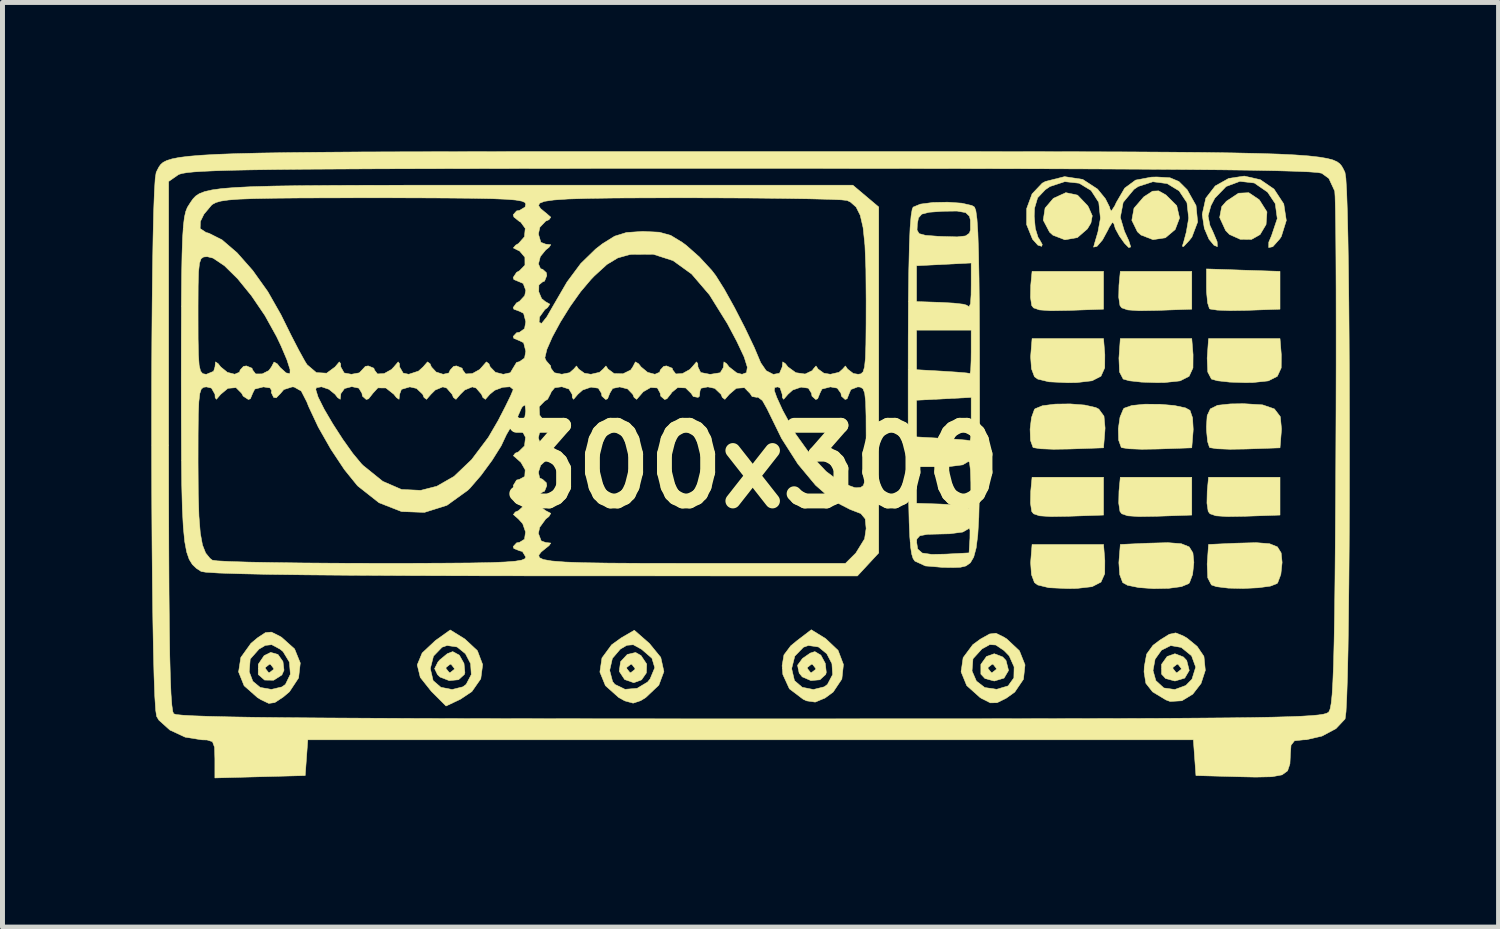
<source format=kicad_pcb>
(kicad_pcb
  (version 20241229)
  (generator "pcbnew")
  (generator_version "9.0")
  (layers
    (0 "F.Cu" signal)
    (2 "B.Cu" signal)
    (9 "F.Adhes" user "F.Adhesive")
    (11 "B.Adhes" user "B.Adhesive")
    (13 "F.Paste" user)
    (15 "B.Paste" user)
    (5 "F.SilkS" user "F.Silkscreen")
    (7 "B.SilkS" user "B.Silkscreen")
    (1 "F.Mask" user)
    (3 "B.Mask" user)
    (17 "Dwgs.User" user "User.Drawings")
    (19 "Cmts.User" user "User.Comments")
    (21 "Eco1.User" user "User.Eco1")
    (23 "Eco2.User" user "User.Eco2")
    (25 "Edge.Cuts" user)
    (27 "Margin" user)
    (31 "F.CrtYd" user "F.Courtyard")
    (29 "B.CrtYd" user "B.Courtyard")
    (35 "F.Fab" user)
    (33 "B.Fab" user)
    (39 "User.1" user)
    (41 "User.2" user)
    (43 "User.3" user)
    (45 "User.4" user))
  (footprint "300x300"
    (layer "F.Cu")
    (at 12.117 6.355)
    (property "Reference" "300x300" (at 0 0 0) (layer "F.SilkS") (effects (font (size 1.524 1.524) (thickness 0.3))))
    (attr through_hole)
    (fp_poly (pts (xy 7.07 -3.175) (xy 6.37 -3.15) (xy 6.006 -3.144) (xy 5.78 -3.16) (xy 5.66 -3.201) (xy 5.623 -3.248) (xy 5.598 -3.414) (xy 5.603 -3.647) (xy 5.603 -3.654) (xy 5.63 -3.937) (xy 7.07 -3.937) (xy 7.07 -3.175)) (stroke (width 0.01) (type solid)) (fill yes) (layer "F.SilkS"))
    (fp_poly (pts (xy 7.07 0.974) (xy 6.37 0.998) (xy 6.006 1.004) (xy 5.78 0.989) (xy 5.66 0.948) (xy 5.623 0.901) (xy 5.598 0.734) (xy 5.603 0.502) (xy 5.603 0.495) (xy 5.63 0.212) (xy 7.07 0.212) (xy 7.07 0.974)) (stroke (width 0.01) (type solid)) (fill yes) (layer "F.SilkS"))
    (fp_poly (pts (xy 8.848 -3.175) (xy 8.148 -3.15) (xy 7.784 -3.144) (xy 7.558 -3.16) (xy 7.438 -3.201) (xy 7.401 -3.248) (xy 7.376 -3.414) (xy 7.381 -3.647) (xy 7.381 -3.654) (xy 7.408 -3.937) (xy 8.848 -3.937) (xy 8.848 -3.175)) (stroke (width 0.01) (type solid)) (fill yes) (layer "F.SilkS"))
    (fp_poly (pts (xy 8.848 0.974) (xy 8.148 0.998) (xy 7.784 1.004) (xy 7.558 0.989) (xy 7.438 0.948) (xy 7.401 0.901) (xy 7.376 0.734) (xy 7.381 0.502) (xy 7.381 0.495) (xy 7.408 0.212) (xy 8.848 0.212) (xy 8.848 0.974)) (stroke (width 0.01) (type solid)) (fill yes) (layer "F.SilkS"))
    (fp_poly (pts (xy 10.626 0.974) (xy 9.926 0.998) (xy 9.562 1.004) (xy 9.336 0.989) (xy 9.216 0.948) (xy 9.179 0.901) (xy 9.154 0.734) (xy 9.159 0.502) (xy 9.159 0.495) (xy 9.186 0.212) (xy 10.626 0.212) (xy 10.626 0.974)) (stroke (width 0.01) (type solid)) (fill yes) (layer "F.SilkS"))
    (fp_poly (pts (xy 9.885 -3.961) (xy 10.626 -3.937) (xy 10.626 -3.175) (xy 9.944 -3.151) (xy 9.619 -3.146) (xy 9.362 -3.156) (xy 9.217 -3.178) (xy 9.204 -3.186) (xy 9.167 -3.301) (xy 9.146 -3.518) (xy 9.144 -3.616) (xy 9.144 -3.986) (xy 9.885 -3.961)) (stroke (width 0.01) (type solid)) (fill yes) (layer "F.SilkS"))
    (fp_poly (pts (xy 6.546 -5.473) (xy 6.748 -5.262) (xy 6.768 -5.229) (xy 6.843 -5.057) (xy 6.816 -4.912) (xy 6.745 -4.793) (xy 6.544 -4.618) (xy 6.292 -4.573) (xy 6.051 -4.665) (xy 5.982 -4.727) (xy 5.855 -4.969) (xy 5.892 -5.212) (xy 6.059 -5.408) (xy 6.31 -5.523) (xy 6.546 -5.473)) (stroke (width 0.01) (type solid)) (fill yes) (layer "F.SilkS"))
    (fp_poly (pts (xy 7.096 -2.259) (xy 7.094 -1.993) (xy 7.018 -1.824) (xy 6.839 -1.732) (xy 6.532 -1.696) (xy 6.35 -1.693) (xy 5.971 -1.711) (xy 5.744 -1.766) (xy 5.678 -1.814) (xy 5.618 -1.974) (xy 5.601 -2.212) (xy 5.604 -2.259) (xy 5.63 -2.582) (xy 7.07 -2.582) (xy 7.096 -2.259)) (stroke (width 0.01) (type solid)) (fill yes) (layer "F.SilkS"))
    (fp_poly (pts (xy 7.096 1.89) (xy 7.094 2.156) (xy 7.018 2.325) (xy 6.839 2.417) (xy 6.532 2.452) (xy 6.35 2.455) (xy 5.971 2.438) (xy 5.744 2.383) (xy 5.678 2.334) (xy 5.618 2.174) (xy 5.601 1.936) (xy 5.604 1.89) (xy 5.63 1.566) (xy 7.07 1.566) (xy 7.096 1.89)) (stroke (width 0.01) (type solid)) (fill yes) (layer "F.SilkS"))
    (fp_poly (pts (xy 8.328 -5.476) (xy 8.545 -5.26) (xy 8.602 -5.012) (xy 8.514 -4.78) (xy 8.317 -4.614) (xy 8.067 -4.576) (xy 7.825 -4.669) (xy 7.753 -4.734) (xy 7.64 -4.966) (xy 7.684 -5.21) (xy 7.879 -5.436) (xy 7.89 -5.444) (xy 8.058 -5.553) (xy 8.18 -5.559) (xy 8.328 -5.476)) (stroke (width 0.01) (type solid)) (fill yes) (layer "F.SilkS"))
    (fp_poly (pts (xy 8.874 -2.259) (xy 8.872 -1.991) (xy 8.794 -1.822) (xy 8.613 -1.73) (xy 8.302 -1.697) (xy 8.139 -1.695) (xy 7.834 -1.705) (xy 7.589 -1.732) (xy 7.466 -1.767) (xy 7.392 -1.909) (xy 7.38 -2.192) (xy 7.382 -2.21) (xy 7.408 -2.582) (xy 8.848 -2.582) (xy 8.874 -2.259)) (stroke (width 0.01) (type solid)) (fill yes) (layer "F.SilkS"))
    (fp_poly (pts (xy 10.202 -5.384) (xy 10.212 -5.374) (xy 10.363 -5.135) (xy 10.345 -4.881) (xy 10.224 -4.678) (xy 10.052 -4.581) (xy 9.822 -4.584) (xy 9.609 -4.679) (xy 9.53 -4.76) (xy 9.41 -5.022) (xy 9.451 -5.241) (xy 9.546 -5.35) (xy 9.79 -5.512) (xy 9.997 -5.522) (xy 10.202 -5.384)) (stroke (width 0.01) (type solid)) (fill yes) (layer "F.SilkS"))
    (fp_poly (pts (xy 10.652 -2.259) (xy 10.65 -1.991) (xy 10.572 -1.822) (xy 10.391 -1.73) (xy 10.08 -1.697) (xy 9.917 -1.695) (xy 9.612 -1.705) (xy 9.367 -1.732) (xy 9.244 -1.767) (xy 9.17 -1.909) (xy 9.158 -2.192) (xy 9.16 -2.21) (xy 9.186 -2.582) (xy 10.626 -2.582) (xy 10.652 -2.259)) (stroke (width 0.01) (type solid)) (fill yes) (layer "F.SilkS"))
    (fp_poly (pts (xy 10.275 -1.247) (xy 10.513 -1.165) (xy 10.632 -1.009) (xy 10.656 -0.761) (xy 10.653 -0.716) (xy 10.626 -0.381) (xy 9.944 -0.357) (xy 9.619 -0.352) (xy 9.362 -0.362) (xy 9.217 -0.384) (xy 9.204 -0.392) (xy 9.167 -0.507) (xy 9.146 -0.724) (xy 9.144 -0.809) (xy 9.158 -1.029) (xy 9.222 -1.166) (xy 9.367 -1.238) (xy 9.627 -1.266) (xy 9.897 -1.27) (xy 10.275 -1.247)) (stroke (width 0.01) (type solid)) (fill yes) (layer "F.SilkS"))
    (fp_poly (pts (xy 6.692 -1.243) (xy 6.915 -1.192) (xy 6.975 -1.161) (xy 7.079 -1.019) (xy 7.101 -0.779) (xy 7.097 -0.716) (xy 7.07 -0.381) (xy 6.388 -0.357) (xy 6.063 -0.352) (xy 5.806 -0.362) (xy 5.661 -0.384) (xy 5.648 -0.392) (xy 5.598 -0.531) (xy 5.59 -0.757) (xy 5.618 -0.99) (xy 5.677 -1.154) (xy 5.69 -1.168) (xy 5.838 -1.229) (xy 6.095 -1.262) (xy 6.399 -1.266) (xy 6.692 -1.243)) (stroke (width 0.01) (type solid)) (fill yes) (layer "F.SilkS"))
    (fp_poly (pts (xy 8.202 -1.259) (xy 8.495 -1.234) (xy 8.721 -1.186) (xy 8.812 -1.136) (xy 8.864 -0.985) (xy 8.877 -0.753) (xy 8.874 -0.704) (xy 8.848 -0.381) (xy 8.166 -0.357) (xy 7.841 -0.352) (xy 7.584 -0.362) (xy 7.439 -0.384) (xy 7.426 -0.392) (xy 7.374 -0.536) (xy 7.368 -0.765) (xy 7.402 -0.999) (xy 7.47 -1.163) (xy 7.486 -1.18) (xy 7.64 -1.234) (xy 7.898 -1.26) (xy 8.202 -1.259)) (stroke (width 0.01) (type solid)) (fill yes) (layer "F.SilkS"))
    (fp_poly (pts (xy 8.637 1.551) (xy 8.796 1.615) (xy 8.871 1.736) (xy 8.89 1.923) (xy 8.89 1.932) (xy 8.865 2.169) (xy 8.802 2.337) (xy 8.788 2.354) (xy 8.639 2.416) (xy 8.383 2.45) (xy 8.078 2.456) (xy 7.782 2.435) (xy 7.552 2.388) (xy 7.456 2.334) (xy 7.396 2.174) (xy 7.379 1.936) (xy 7.382 1.89) (xy 7.408 1.566) (xy 7.956 1.541) (xy 8.367 1.53) (xy 8.637 1.551)) (stroke (width 0.01) (type solid)) (fill yes) (layer "F.SilkS"))
    (fp_poly (pts (xy 10.415 1.551) (xy 10.574 1.615) (xy 10.649 1.736) (xy 10.668 1.923) (xy 10.668 1.932) (xy 10.643 2.169) (xy 10.58 2.337) (xy 10.566 2.354) (xy 10.431 2.406) (xy 10.184 2.439) (xy 9.883 2.453) (xy 9.585 2.446) (xy 9.347 2.417) (xy 9.244 2.382) (xy 9.17 2.239) (xy 9.158 1.957) (xy 9.16 1.939) (xy 9.186 1.566) (xy 9.734 1.541) (xy 10.145 1.53) (xy 10.415 1.551)) (stroke (width 0.01) (type solid)) (fill yes) (layer "F.SilkS"))
    (fp_poly (pts (xy -2.251 3.804) (xy -2.136 3.976) (xy -2.142 4.154) (xy -2.239 4.294) (xy -2.396 4.352) (xy -2.58 4.288) (xy -2.689 4.122) (xy -2.681 4.064) (xy -2.54 4.064) (xy -2.476 4.146) (xy -2.455 4.149) (xy -2.373 4.084) (xy -2.371 4.064) (xy -2.435 3.982) (xy -2.455 3.979) (xy -2.538 4.044) (xy -2.54 4.064) (xy -2.681 4.064) (xy -2.662 3.928) (xy -2.526 3.782) (xy -2.359 3.743) (xy -2.251 3.804)) (stroke (width 0.01) (type solid)) (fill yes) (layer "F.SilkS"))
    (fp_poly (pts (xy 5.038 3.833) (xy 5.105 3.904) (xy 5.156 4.105) (xy 5.065 4.259) (xy 4.868 4.318) (xy 4.681 4.268) (xy 4.598 4.179) (xy 4.598 4.064) (xy 4.741 4.064) (xy 4.806 4.146) (xy 4.826 4.149) (xy 4.908 4.084) (xy 4.911 4.064) (xy 4.846 3.982) (xy 4.826 3.979) (xy 4.744 4.044) (xy 4.741 4.064) (xy 4.598 4.064) (xy 4.598 3.983) (xy 4.712 3.823) (xy 4.868 3.768) (xy 5.038 3.833)) (stroke (width 0.01) (type solid)) (fill yes) (layer "F.SilkS"))
    (fp_poly (pts (xy 8.679 3.833) (xy 8.746 3.904) (xy 8.797 4.105) (xy 8.706 4.259) (xy 8.509 4.318) (xy 8.321 4.268) (xy 8.239 4.179) (xy 8.239 4.064) (xy 8.467 4.064) (xy 8.531 4.146) (xy 8.551 4.149) (xy 8.634 4.084) (xy 8.636 4.064) (xy 8.572 3.982) (xy 8.551 3.979) (xy 8.469 4.044) (xy 8.467 4.064) (xy 8.239 4.064) (xy 8.238 3.983) (xy 8.352 3.823) (xy 8.509 3.768) (xy 8.679 3.833)) (stroke (width 0.01) (type solid)) (fill yes) (layer "F.SilkS"))
    (fp_poly (pts (xy -9.566 3.783) (xy -9.465 3.926) (xy -9.444 4.1) (xy -9.487 4.196) (xy -9.653 4.302) (xy -9.835 4.299) (xy -9.96 4.19) (xy -9.964 4.179) (xy -9.963 4.064) (xy -9.821 4.064) (xy -9.757 4.146) (xy -9.737 4.149) (xy -9.654 4.084) (xy -9.652 4.064) (xy -9.716 3.982) (xy -9.737 3.979) (xy -9.819 4.044) (xy -9.821 4.064) (xy -9.963 4.064) (xy -9.963 3.981) (xy -9.845 3.807) (xy -9.712 3.741) (xy -9.566 3.783)) (stroke (width 0.01) (type solid)) (fill yes) (layer "F.SilkS"))
    (fp_poly (pts (xy 1.374 3.797) (xy 1.463 3.962) (xy 1.483 4.143) (xy 1.472 4.185) (xy 1.355 4.293) (xy 1.173 4.309) (xy 1 4.235) (xy 0.937 4.159) (xy 0.917 4.064) (xy 1.101 4.064) (xy 1.165 4.146) (xy 1.185 4.149) (xy 1.268 4.084) (xy 1.27 4.064) (xy 1.206 3.982) (xy 1.185 3.979) (xy 1.103 4.044) (xy 1.101 4.064) (xy 0.917 4.064) (xy 0.904 4) (xy 1.004 3.863) (xy 1.16 3.755) (xy 1.253 3.725) (xy 1.374 3.797)) (stroke (width 0.01) (type solid)) (fill yes) (layer "F.SilkS"))
    (fp_poly (pts (xy -5.911 3.797) (xy -5.817 3.964) (xy -5.799 4.148) (xy -5.809 4.185) (xy -5.927 4.292) (xy -6.115 4.31) (xy -6.3 4.238) (xy -6.351 4.189) (xy -6.409 4.068) (xy -6.407 4.064) (xy -6.181 4.064) (xy -6.116 4.146) (xy -6.096 4.149) (xy -6.014 4.084) (xy -6.011 4.064) (xy -6.076 3.982) (xy -6.096 3.979) (xy -6.178 4.044) (xy -6.181 4.064) (xy -6.407 4.064) (xy -6.343 3.936) (xy -6.306 3.893) (xy -6.153 3.767) (xy -6.044 3.725) (xy -5.911 3.797)) (stroke (width 0.01) (type solid)) (fill yes) (layer "F.SilkS"))
    (fp_poly (pts (xy -5.799 3.472) (xy -5.547 3.707) (xy -5.441 3.987) (xy -5.479 4.273) (xy -5.658 4.53) (xy -5.888 4.684) (xy -6.179 4.822) (xy -6.476 4.525) (xy -6.698 4.245) (xy -6.741 4.067) (xy -6.496 4.067) (xy -6.439 4.31) (xy -6.283 4.444) (xy -6.057 4.489) (xy -5.84 4.435) (xy -5.774 4.386) (xy -5.67 4.188) (xy -5.684 3.968) (xy -5.788 3.768) (xy -5.956 3.632) (xy -6.158 3.602) (xy -6.259 3.637) (xy -6.432 3.816) (xy -6.496 4.067) (xy -6.741 4.067) (xy -6.76 3.994) (xy -6.66 3.753) (xy -6.395 3.504) (xy -6.349 3.471) (xy -6.094 3.289) (xy -5.799 3.472)) (stroke (width 0.01) (type solid)) (fill yes) (layer "F.SilkS"))
    (fp_poly (pts (xy -2.081 3.561) (xy -1.852 3.842) (xy -1.789 4.127) (xy -1.891 4.401) (xy -2.154 4.65) (xy -2.257 4.714) (xy -2.409 4.764) (xy -2.577 4.718) (xy -2.7 4.65) (xy -2.967 4.412) (xy -3.079 4.137) (xy -3.074 4.103) (xy -2.882 4.103) (xy -2.823 4.328) (xy -2.777 4.386) (xy -2.572 4.485) (xy -2.329 4.465) (xy -2.117 4.338) (xy -2.067 4.276) (xy -1.973 4.05) (xy -2.03 3.859) (xy -2.239 3.678) (xy -2.406 3.587) (xy -2.536 3.598) (xy -2.667 3.675) (xy -2.827 3.862) (xy -2.882 4.103) (xy -3.074 4.103) (xy -3.037 3.853) (xy -2.843 3.589) (xy -2.653 3.451) (xy -2.385 3.295) (xy -2.081 3.561)) (stroke (width 0.01) (type solid)) (fill yes) (layer "F.SilkS"))
    (fp_poly (pts (xy 1.471 3.464) (xy 1.721 3.701) (xy 1.829 3.985) (xy 1.797 4.278) (xy 1.623 4.539) (xy 1.459 4.66) (xy 1.26 4.743) (xy 1.088 4.718) (xy 1.017 4.685) (xy 0.74 4.475) (xy 0.608 4.187) (xy 0.598 4.067) (xy 0.785 4.067) (xy 0.842 4.31) (xy 0.998 4.444) (xy 1.224 4.489) (xy 1.442 4.435) (xy 1.507 4.386) (xy 1.611 4.188) (xy 1.597 3.968) (xy 1.493 3.768) (xy 1.326 3.632) (xy 1.123 3.602) (xy 1.023 3.637) (xy 0.849 3.816) (xy 0.785 4.067) (xy 0.598 4.067) (xy 0.593 4.01) (xy 0.63 3.792) (xy 0.767 3.609) (xy 0.887 3.51) (xy 1.181 3.285) (xy 1.471 3.464)) (stroke (width 0.01) (type solid)) (fill yes) (layer "F.SilkS"))
    (fp_poly (pts (xy 10.229 -5.784) (xy 10.505 -5.595) (xy 10.702 -5.295) (xy 10.753 -4.962) (xy 10.653 -4.641) (xy 10.621 -4.591) (xy 10.481 -4.434) (xy 10.398 -4.416) (xy 10.4 -4.526) (xy 10.454 -4.652) (xy 10.571 -5) (xy 10.53 -5.302) (xy 10.376 -5.533) (xy 10.109 -5.717) (xy 9.818 -5.751) (xy 9.54 -5.647) (xy 9.312 -5.411) (xy 9.234 -5.261) (xy 9.176 -5.054) (xy 9.214 -4.863) (xy 9.271 -4.742) (xy 9.359 -4.534) (xy 9.364 -4.435) (xy 9.296 -4.463) (xy 9.195 -4.585) (xy 9.101 -4.804) (xy 9.06 -5.072) (xy 9.059 -5.087) (xy 9.131 -5.412) (xy 9.321 -5.658) (xy 9.592 -5.81) (xy 9.907 -5.857) (xy 10.229 -5.784)) (stroke (width 0.01) (type solid)) (fill yes) (layer "F.SilkS"))
    (fp_poly (pts (xy -9.532 3.414) (xy -9.494 3.436) (xy -9.231 3.671) (xy -9.116 3.955) (xy -9.15 4.255) (xy -9.334 4.534) (xy -9.462 4.642) (xy -9.63 4.752) (xy -9.751 4.769) (xy -9.905 4.696) (xy -9.978 4.652) (xy -10.248 4.413) (xy -10.359 4.136) (xy -10.359 4.132) (xy -10.145 4.132) (xy -10.072 4.324) (xy -9.923 4.447) (xy -9.701 4.487) (xy -9.486 4.437) (xy -9.415 4.386) (xy -9.316 4.181) (xy -9.335 3.937) (xy -9.463 3.725) (xy -9.525 3.675) (xy -9.691 3.586) (xy -9.821 3.6) (xy -9.948 3.675) (xy -10.125 3.875) (xy -10.145 4.132) (xy -10.359 4.132) (xy -10.314 3.843) (xy -10.11 3.559) (xy -9.978 3.448) (xy -9.819 3.343) (xy -9.698 3.332) (xy -9.532 3.414)) (stroke (width 0.01) (type solid)) (fill yes) (layer "F.SilkS"))
    (fp_poly (pts (xy 5.053 3.429) (xy 5.119 3.469) (xy 5.375 3.709) (xy 5.488 3.993) (xy 5.456 4.283) (xy 5.28 4.542) (xy 5.111 4.663) (xy 4.925 4.755) (xy 4.789 4.758) (xy 4.615 4.671) (xy 4.58 4.649) (xy 4.313 4.41) (xy 4.2 4.133) (xy 4.202 4.116) (xy 4.42 4.116) (xy 4.508 4.319) (xy 4.676 4.449) (xy 4.915 4.485) (xy 5.145 4.417) (xy 5.147 4.416) (xy 5.263 4.255) (xy 5.268 4.033) (xy 5.169 3.811) (xy 5.064 3.703) (xy 4.898 3.592) (xy 4.777 3.584) (xy 4.619 3.672) (xy 4.439 3.87) (xy 4.42 4.116) (xy 4.202 4.116) (xy 4.241 3.847) (xy 4.436 3.585) (xy 4.588 3.474) (xy 4.774 3.37) (xy 4.902 3.355) (xy 5.053 3.429)) (stroke (width 0.01) (type solid)) (fill yes) (layer "F.SilkS"))
    (fp_poly (pts (xy 8.668 3.405) (xy 8.754 3.454) (xy 8.957 3.621) (xy 9.09 3.817) (xy 9.094 3.828) (xy 9.121 4.103) (xy 9.035 4.367) (xy 8.868 4.583) (xy 8.649 4.716) (xy 8.412 4.73) (xy 8.328 4.699) (xy 8.059 4.537) (xy 7.923 4.364) (xy 7.886 4.132) (xy 7.888 4.106) (xy 8.067 4.106) (xy 8.124 4.31) (xy 8.285 4.458) (xy 8.506 4.489) (xy 8.727 4.408) (xy 8.852 4.281) (xy 8.927 4.038) (xy 8.844 3.81) (xy 8.636 3.641) (xy 8.424 3.604) (xy 8.238 3.696) (xy 8.109 3.877) (xy 8.067 4.106) (xy 7.888 4.106) (xy 7.891 4.032) (xy 7.938 3.776) (xy 8.066 3.599) (xy 8.204 3.495) (xy 8.395 3.376) (xy 8.524 3.348) (xy 8.668 3.405)) (stroke (width 0.01) (type solid)) (fill yes) (layer "F.SilkS"))
    (fp_poly (pts (xy 6.65 -5.79) (xy 6.949 -5.595) (xy 7.107 -5.401) (xy 7.194 -5.228) (xy 7.2 -5.192) (xy 7.227 -5.151) (xy 7.297 -5.258) (xy 7.328 -5.326) (xy 7.497 -5.615) (xy 7.716 -5.776) (xy 8.035 -5.836) (xy 8.142 -5.839) (xy 8.409 -5.823) (xy 8.588 -5.748) (xy 8.755 -5.582) (xy 8.934 -5.263) (xy 8.966 -4.932) (xy 8.851 -4.628) (xy 8.798 -4.56) (xy 8.684 -4.438) (xy 8.657 -4.443) (xy 8.685 -4.53) (xy 8.738 -4.729) (xy 8.782 -4.987) (xy 8.785 -5.013) (xy 8.751 -5.321) (xy 8.593 -5.559) (xy 8.351 -5.706) (xy 8.064 -5.743) (xy 7.77 -5.648) (xy 7.683 -5.589) (xy 7.466 -5.328) (xy 7.408 -5.025) (xy 7.491 -4.745) (xy 7.579 -4.554) (xy 7.617 -4.432) (xy 7.617 -4.428) (xy 7.578 -4.416) (xy 7.491 -4.505) (xy 7.39 -4.648) (xy 7.308 -4.798) (xy 7.278 -4.899) (xy 7.249 -4.926) (xy 7.18 -4.818) (xy 7.159 -4.773) (xy 7.05 -4.571) (xy 6.942 -4.445) (xy 6.937 -4.441) (xy 6.869 -4.425) (xy 6.899 -4.534) (xy 6.9 -4.537) (xy 6.957 -4.731) (xy 7.004 -4.986) (xy 7.007 -5.012) (xy 6.974 -5.327) (xy 6.819 -5.567) (xy 6.578 -5.713) (xy 6.289 -5.745) (xy 5.989 -5.646) (xy 5.896 -5.582) (xy 5.742 -5.42) (xy 5.68 -5.211) (xy 5.673 -5.048) (xy 5.695 -4.801) (xy 5.751 -4.621) (xy 5.773 -4.59) (xy 5.835 -4.48) (xy 5.824 -4.441) (xy 5.747 -4.465) (xy 5.639 -4.585) (xy 5.52 -4.879) (xy 5.521 -5.202) (xy 5.63 -5.498) (xy 5.835 -5.714) (xy 5.898 -5.748) (xy 6.285 -5.846) (xy 6.65 -5.79)) (stroke (width 0.01) (type solid)) (fill yes) (layer "F.SilkS"))
    (fp_poly (pts (xy 4.212 -5.311) (xy 4.417 -5.264) (xy 4.47 -5.232) (xy 4.497 -5.159) (xy 4.52 -4.99) (xy 4.538 -4.715) (xy 4.551 -4.322) (xy 4.561 -3.801) (xy 4.568 -3.141) (xy 4.571 -2.33) (xy 4.572 -1.665) (xy 4.573 -0.777) (xy 4.572 -0.044) (xy 4.568 0.55) (xy 4.557 1.018) (xy 4.536 1.376) (xy 4.503 1.638) (xy 4.454 1.82) (xy 4.387 1.935) (xy 4.298 1.999) (xy 4.185 2.026) (xy 4.045 2.031) (xy 3.874 2.029) (xy 3.837 2.029) (xy 3.48 1.999) (xy 3.269 1.902) (xy 3.266 1.899) (xy 3.232 1.849) (xy 3.205 1.762) (xy 3.183 1.623) (xy 3.174 1.51) (xy 3.302 1.51) (xy 3.325 1.658) (xy 3.416 1.739) (xy 3.61 1.767) (xy 3.891 1.761) (xy 4.36 1.736) (xy 4.378 1.439) (xy 4.379 1.274) (xy 4.359 1.234) (xy 4.35 1.249) (xy 4.234 1.316) (xy 3.97 1.351) (xy 3.803 1.355) (xy 3.52 1.362) (xy 3.368 1.391) (xy 3.309 1.455) (xy 3.302 1.51) (xy 3.174 1.51) (xy 3.166 1.416) (xy 3.153 1.126) (xy 3.144 0.737) (xy 3.138 0.234) (xy 3.137 0) (xy 3.302 0) (xy 3.302 0.736) (xy 3.784 0.752) (xy 4.053 0.767) (xy 4.245 0.789) (xy 4.307 0.807) (xy 4.357 0.838) (xy 4.385 0.786) (xy 4.397 0.621) (xy 4.396 0.318) (xy 4.387 0.063) (xy 4.369 -0.089) (xy 4.347 -0.106) (xy 4.232 -0.038) (xy 3.968 -0.004) (xy 3.803 0) (xy 3.302 0) (xy 3.137 0) (xy 3.134 -0.399) (xy 3.133 -1.178) (xy 3.133 -1.34) (xy 3.302 -1.34) (xy 3.302 -0.601) (xy 3.831 -0.571) (xy 4.109 -0.553) (xy 4.309 -0.536) (xy 4.381 -0.524) (xy 4.393 -0.591) (xy 4.401 -0.78) (xy 4.403 -0.953) (xy 4.403 -1.397) (xy 3.302 -1.34) (xy 3.133 -1.34) (xy 3.133 -1.682) (xy 3.134 -2.603) (xy 3.135 -2.752) (xy 3.302 -2.752) (xy 3.302 -1.955) (xy 3.831 -1.925) (xy 4.109 -1.907) (xy 4.309 -1.89) (xy 4.381 -1.879) (xy 4.393 -1.946) (xy 4.401 -2.135) (xy 4.403 -2.307) (xy 4.403 -2.752) (xy 3.302 -2.752) (xy 3.135 -2.752) (xy 3.138 -3.366) (xy 3.146 -3.981) (xy 3.148 -4.05) (xy 3.302 -4.05) (xy 3.302 -3.328) (xy 3.784 -3.312) (xy 4.053 -3.297) (xy 4.245 -3.275) (xy 4.307 -3.257) (xy 4.36 -3.225) (xy 4.389 -3.285) (xy 4.401 -3.465) (xy 4.403 -3.662) (xy 4.403 -4.106) (xy 3.302 -4.05) (xy 3.148 -4.05) (xy 3.157 -4.461) (xy 3.17 -4.769) (xy 3.312 -4.769) (xy 3.353 -4.698) (xy 3.48 -4.663) (xy 3.729 -4.644) (xy 3.826 -4.64) (xy 4.122 -4.632) (xy 4.289 -4.651) (xy 4.366 -4.705) (xy 4.388 -4.769) (xy 4.387 -4.97) (xy 4.368 -5.048) (xy 4.292 -5.121) (xy 4.117 -5.152) (xy 3.832 -5.148) (xy 3.556 -5.128) (xy 3.407 -5.09) (xy 3.341 -5.014) (xy 3.318 -4.894) (xy 3.312 -4.769) (xy 3.17 -4.769) (xy 3.172 -4.815) (xy 3.192 -5.055) (xy 3.215 -5.192) (xy 3.234 -5.232) (xy 3.38 -5.292) (xy 3.633 -5.325) (xy 3.93 -5.331) (xy 4.212 -5.311)) (stroke (width 0.01) (type solid)) (fill yes) (layer "F.SilkS"))
    (fp_poly (pts (xy 4.42 -6.35) (xy 5.608 -6.349) (xy 6.66 -6.347) (xy 7.585 -6.344) (xy 8.392 -6.339) (xy 9.088 -6.333) (xy 9.682 -6.324) (xy 10.182 -6.313) (xy 10.598 -6.3) (xy 10.937 -6.283) (xy 11.207 -6.263) (xy 11.418 -6.239) (xy 11.577 -6.212) (xy 11.694 -6.181) (xy 11.776 -6.145) (xy 11.831 -6.104) (xy 11.869 -6.058) (xy 11.898 -6.007) (xy 11.926 -5.95) (xy 11.935 -5.931) (xy 11.953 -5.814) (xy 11.969 -5.546) (xy 11.983 -5.143) (xy 11.995 -4.625) (xy 12.005 -4.007) (xy 12.013 -3.309) (xy 12.019 -2.548) (xy 12.023 -1.741) (xy 12.025 -0.906) (xy 12.025 -0.061) (xy 12.024 0.776) (xy 12.02 1.588) (xy 12.014 2.357) (xy 12.006 3.065) (xy 11.997 3.695) (xy 11.985 4.229) (xy 11.971 4.649) (xy 11.956 4.938) (xy 11.938 5.078) (xy 11.935 5.085) (xy 11.753 5.278) (xy 11.471 5.428) (xy 11.156 5.501) (xy 11.096 5.503) (xy 10.918 5.522) (xy 10.848 5.612) (xy 10.836 5.779) (xy 10.826 5.987) (xy 10.779 6.127) (xy 10.667 6.209) (xy 10.462 6.247) (xy 10.135 6.254) (xy 9.814 6.247) (xy 8.932 6.223) (xy 8.906 5.863) (xy 8.88 5.503) (xy -8.965 5.503) (xy -8.991 5.863) (xy -9.017 6.223) (xy -9.927 6.247) (xy -10.837 6.271) (xy -10.837 5.887) (xy -10.844 5.652) (xy -10.886 5.54) (xy -10.994 5.506) (xy -11.1 5.503) (xy -11.436 5.449) (xy -11.744 5.306) (xy -11.965 5.107) (xy -12.011 5.03) (xy -12.03 4.904) (xy -12.048 4.627) (xy -12.063 4.217) (xy -12.076 3.692) (xy -12.087 3.07) (xy -12.096 2.367) (xy -12.103 1.603) (xy -12.108 0.795) (xy -12.111 -0.04) (xy -12.112 -0.884) (xy -12.111 -1.718) (xy -12.107 -2.526) (xy -12.101 -3.288) (xy -12.093 -3.989) (xy -12.083 -4.609) (xy -12.071 -5.131) (xy -12.056 -5.537) (xy -12.043 -5.748) (xy -11.769 -5.748) (xy -11.769 -0.435) (xy -11.768 0.714) (xy -11.765 1.703) (xy -11.761 2.542) (xy -11.754 3.24) (xy -11.746 3.805) (xy -11.734 4.248) (xy -11.721 4.578) (xy -11.704 4.804) (xy -11.685 4.935) (xy -11.667 4.978) (xy -11.614 4.994) (xy -11.482 5.007) (xy -11.266 5.019) (xy -10.957 5.03) (xy -10.55 5.04) (xy -10.037 5.049) (xy -9.414 5.056) (xy -8.672 5.062) (xy -7.805 5.067) (xy -6.807 5.072) (xy -5.671 5.075) (xy -4.391 5.077) (xy -2.959 5.079) (xy -1.37 5.08) (xy -0.036 5.08) (xy 1.599 5.08) (xy 3.074 5.079) (xy 4.395 5.079) (xy 5.573 5.077) (xy 6.614 5.075) (xy 7.528 5.073) (xy 8.323 5.07) (xy 9.007 5.065) (xy 9.589 5.06) (xy 10.077 5.054) (xy 10.479 5.046) (xy 10.804 5.037) (xy 11.06 5.027) (xy 11.255 5.015) (xy 11.398 5.002) (xy 11.498 4.987) (xy 11.562 4.97) (xy 11.598 4.951) (xy 11.61 4.94) (xy 11.635 4.884) (xy 11.657 4.771) (xy 11.676 4.59) (xy 11.691 4.33) (xy 11.705 3.979) (xy 11.716 3.524) (xy 11.726 2.954) (xy 11.734 2.257) (xy 11.741 1.422) (xy 11.748 0.437) (xy 11.751 -0.246) (xy 11.755 -1.162) (xy 11.757 -2.034) (xy 11.757 -2.845) (xy 11.756 -3.579) (xy 11.753 -4.222) (xy 11.749 -4.757) (xy 11.743 -5.168) (xy 11.736 -5.44) (xy 11.729 -5.554) (xy 11.611 -5.809) (xy 11.467 -5.914) (xy 11.386 -5.929) (xy 11.21 -5.942) (xy 10.932 -5.954) (xy 10.547 -5.965) (xy 10.049 -5.975) (xy 9.432 -5.983) (xy 8.69 -5.99) (xy 7.819 -5.996) (xy 6.811 -6.001) (xy 5.661 -6.005) (xy 4.363 -6.008) (xy 2.913 -6.01) (xy 1.303 -6.011) (xy -0.07 -6.011) (xy -1.697 -6.011) (xy -3.163 -6.011) (xy -4.476 -6.01) (xy -5.645 -6.008) (xy -6.679 -6.006) (xy -7.585 -6.003) (xy -8.372 -5.999) (xy -9.049 -5.995) (xy -9.624 -5.989) (xy -10.105 -5.982) (xy -10.5 -5.974) (xy -10.819 -5.964) (xy -11.069 -5.953) (xy -11.26 -5.941) (xy -11.398 -5.927) (xy -11.493 -5.911) (xy -11.553 -5.894) (xy -11.58 -5.88) (xy -11.769 -5.748) (xy -12.043 -5.748) (xy -12.039 -5.81) (xy -12.02 -5.931) (xy -12.02 -5.931) (xy -11.991 -5.99) (xy -11.963 -6.043) (xy -11.929 -6.09) (xy -11.88 -6.133) (xy -11.807 -6.17) (xy -11.702 -6.203) (xy -11.556 -6.232) (xy -11.362 -6.256) (xy -11.111 -6.277) (xy -10.794 -6.295) (xy -10.403 -6.309) (xy -9.929 -6.321) (xy -9.364 -6.33) (xy -8.7 -6.337) (xy -7.928 -6.343) (xy -7.04 -6.346) (xy -6.028 -6.348) (xy -4.882 -6.35) (xy -3.595 -6.35) (xy -2.158 -6.35) (xy -0.562 -6.35) (xy -0.042 -6.35) (xy 1.603 -6.35) (xy 3.088 -6.35) (xy 4.42 -6.35)) (stroke (width 0.01) (type solid)) (fill yes) (layer "F.SilkS"))
    (fp_poly (pts (xy -4.538 -5.673) (xy -4.478 -5.673) (xy 2.019 -5.673) (xy 2.54 -5.234) (xy 2.54 1.737) (xy 2.325 1.969) (xy 2.11 2.201) (xy -4.427 2.199) (xy -5.803 2.197) (xy -7.026 2.193) (xy -8.093 2.187) (xy -9.002 2.179) (xy -9.752 2.169) (xy -10.34 2.156) (xy -10.765 2.142) (xy -11.024 2.125) (xy -11.113 2.11) (xy -11.21 2.047) (xy -11.29 1.971) (xy -11.355 1.866) (xy -11.406 1.717) (xy -11.445 1.507) (xy -11.473 1.221) (xy -11.493 0.843) (xy -11.505 0.356) (xy -11.51 -0.079) (xy -11.176 -0.079) (xy -11.172 0.532) (xy -11.158 0.996) (xy -11.131 1.336) (xy -11.087 1.577) (xy -11.023 1.739) (xy -10.936 1.846) (xy -10.888 1.883) (xy -10.785 1.897) (xy -10.532 1.91) (xy -10.148 1.922) (xy -9.653 1.931) (xy -9.067 1.939) (xy -8.409 1.944) (xy -7.698 1.946) (xy -7.684 1.946) (xy -6.867 1.946) (xy -6.204 1.943) (xy -5.679 1.939) (xy -5.278 1.931) (xy -4.983 1.919) (xy -4.781 1.903) (xy -4.656 1.882) (xy -4.591 1.855) (xy -4.572 1.822) (xy -4.572 1.82) (xy -4.64 1.708) (xy -4.699 1.693) (xy -4.812 1.648) (xy -4.826 1.609) (xy -4.757 1.534) (xy -4.699 1.524) (xy -4.598 1.461) (xy -4.577 1.314) (xy -4.634 1.148) (xy -4.72 1.053) (xy -4.822 0.964) (xy -4.784 0.913) (xy -4.72 0.886) (xy -4.608 0.784) (xy -4.576 0.642) (xy -4.627 0.531) (xy -4.699 0.508) (xy -4.811 0.44) (xy -4.826 0.381) (xy -4.758 0.269) (xy -4.699 0.254) (xy -4.593 0.196) (xy -4.584 0.062) (xy -4.67 -0.088) (xy -4.72 -0.133) (xy -4.822 -0.222) (xy -4.784 -0.273) (xy -4.72 -0.299) (xy -4.598 -0.419) (xy -4.579 -0.581) (xy -4.318 -0.581) (xy -4.254 -0.384) (xy -4.17 -0.291) (xy -4.068 -0.202) (xy -4.106 -0.151) (xy -4.17 -0.124) (xy -4.273 -0.028) (xy -4.318 0.113) (xy -4.292 0.227) (xy -4.233 0.254) (xy -4.158 0.323) (xy -4.149 0.381) (xy -4.194 0.494) (xy -4.233 0.508) (xy -4.31 0.568) (xy -4.309 0.7) (xy -4.242 0.833) (xy -4.17 0.886) (xy -4.068 0.939) (xy -4.106 1.003) (xy -4.17 1.053) (xy -4.292 1.221) (xy -4.318 1.343) (xy -4.261 1.495) (xy -4.17 1.527) (xy -4.068 1.538) (xy -4.104 1.59) (xy -4.17 1.642) (xy -4.262 1.718) (xy -4.31 1.781) (xy -4.299 1.831) (xy -4.217 1.87) (xy -4.049 1.899) (xy -3.782 1.92) (xy -3.404 1.934) (xy -2.9 1.942) (xy -2.257 1.946) (xy -1.461 1.947) (xy -1.224 1.947) (xy 1.87 1.947) (xy 2.078 1.74) (xy 2.255 1.453) (xy 2.286 1.245) (xy 2.268 1.051) (xy 2.18 0.944) (xy 1.975 0.865) (xy 1.968 0.863) (xy 1.626 0.687) (xy 1.267 0.372) (xy 0.911 -0.056) (xy 0.582 -0.571) (xy 0.3 -1.147) (xy 0.295 -1.158) (xy 0.197 -1.333) (xy 0.105 -1.403) (xy 0.086 -1.398) (xy -0.012 -1.415) (xy -0.052 -1.476) (xy -0.112 -1.538) (xy 0.435 -1.538) (xy 0.485 -1.398) (xy 0.602 -1.142) (xy 0.607 -1.132) (xy 0.866 -0.658) (xy 1.164 -0.242) (xy 1.478 0.093) (xy 1.783 0.322) (xy 2.057 0.421) (xy 2.095 0.423) (xy 2.176 0.417) (xy 2.23 0.379) (xy 2.262 0.282) (xy 2.279 0.097) (xy 2.285 -0.205) (xy 2.286 -0.593) (xy 2.284 -1.022) (xy 2.276 -1.309) (xy 2.257 -1.484) (xy 2.222 -1.573) (xy 2.167 -1.605) (xy 2.117 -1.609) (xy 1.979 -1.556) (xy 1.947 -1.482) (xy 1.902 -1.369) (xy 1.863 -1.355) (xy 1.788 -1.423) (xy 1.778 -1.482) (xy 1.704 -1.584) (xy 1.566 -1.609) (xy 1.396 -1.565) (xy 1.355 -1.482) (xy 1.309 -1.369) (xy 1.27 -1.355) (xy 1.195 -1.423) (xy 1.185 -1.482) (xy 1.122 -1.583) (xy 0.975 -1.604) (xy 0.807 -1.546) (xy 0.711 -1.46) (xy 0.624 -1.359) (xy 0.598 -1.394) (xy 0.595 -1.46) (xy 0.553 -1.586) (xy 0.508 -1.609) (xy 0.445 -1.597) (xy 0.435 -1.538) (xy -0.112 -1.538) (xy -0.166 -1.593) (xy -0.329 -1.581) (xy -0.471 -1.46) (xy -0.56 -1.358) (xy -0.611 -1.396) (xy -0.638 -1.46) (xy -0.763 -1.579) (xy -0.903 -1.609) (xy -1.041 -1.582) (xy -1.062 -1.53) (xy -1.073 -1.421) (xy -1.1 -1.397) (xy -1.198 -1.415) (xy -1.237 -1.476) (xy -1.351 -1.588) (xy -1.512 -1.595) (xy -1.633 -1.496) (xy -1.639 -1.482) (xy -1.729 -1.369) (xy -1.775 -1.355) (xy -1.853 -1.423) (xy -1.863 -1.482) (xy -1.921 -1.588) (xy -2.055 -1.597) (xy -2.205 -1.511) (xy -2.249 -1.46) (xy -2.338 -1.358) (xy -2.389 -1.396) (xy -2.416 -1.46) (xy -2.52 -1.568) (xy -2.679 -1.608) (xy -2.821 -1.578) (xy -2.879 -1.482) (xy -2.924 -1.369) (xy -2.963 -1.355) (xy -3.038 -1.423) (xy -3.048 -1.482) (xy -3.111 -1.583) (xy -3.258 -1.604) (xy -3.426 -1.546) (xy -3.523 -1.46) (xy -3.609 -1.359) (xy -3.635 -1.394) (xy -3.638 -1.46) (xy -3.703 -1.566) (xy -3.845 -1.612) (xy -3.99 -1.592) (xy -4.063 -1.503) (xy -4.064 -1.491) (xy -4.132 -1.36) (xy -4.191 -1.324) (xy -4.302 -1.21) (xy -4.294 -1.041) (xy -4.17 -0.88) (xy -4.068 -0.793) (xy -4.104 -0.767) (xy -4.17 -0.765) (xy -4.294 -0.693) (xy -4.318 -0.581) (xy -4.579 -0.581) (xy -4.577 -0.591) (xy -4.655 -0.741) (xy -4.738 -0.786) (xy -4.89 -0.769) (xy -4.962 -0.647) (xy -5.068 -0.421) (xy -5.252 -0.128) (xy -5.475 0.175) (xy -5.697 0.432) (xy -5.741 0.475) (xy -6.162 0.778) (xy -6.614 0.92) (xy -7.076 0.903) (xy -7.529 0.726) (xy -7.954 0.391) (xy -7.974 0.37) (xy -8.228 0.056) (xy -8.5 -0.354) (xy -8.753 -0.798) (xy -8.948 -1.214) (xy -8.985 -1.308) (xy -9.097 -1.526) (xy -9.154 -1.558) (xy -8.805 -1.558) (xy -8.758 -1.406) (xy -8.635 -1.16) (xy -8.46 -0.862) (xy -8.259 -0.551) (xy -8.059 -0.27) (xy -7.884 -0.059) (xy -7.85 -0.025) (xy -7.454 0.294) (xy -7.076 0.458) (xy -6.689 0.476) (xy -6.364 0.393) (xy -6.017 0.194) (xy -5.663 -0.144) (xy -5.326 -0.592) (xy -5.128 -0.932) (xy -5.088 -1.01) (xy -4.735 -1.01) (xy -4.685 -0.934) (xy -4.657 -0.931) (xy -4.591 -1.003) (xy -4.573 -1.122) (xy -4.587 -1.246) (xy -4.636 -1.215) (xy -4.657 -1.185) (xy -4.735 -1.01) (xy -5.088 -1.01) (xy -4.984 -1.212) (xy -4.877 -1.431) (xy -4.827 -1.55) (xy -4.826 -1.558) (xy -4.89 -1.611) (xy -5.037 -1.601) (xy -5.198 -1.541) (xy -5.297 -1.46) (xy -5.386 -1.358) (xy -5.437 -1.396) (xy -5.464 -1.46) (xy -5.573 -1.586) (xy -5.651 -1.609) (xy -5.803 -1.546) (xy -5.89 -1.46) (xy -5.979 -1.358) (xy -6.03 -1.396) (xy -6.057 -1.46) (xy -6.166 -1.586) (xy -6.244 -1.609) (xy -6.396 -1.546) (xy -6.483 -1.46) (xy -6.572 -1.358) (xy -6.623 -1.396) (xy -6.649 -1.46) (xy -6.773 -1.578) (xy -6.909 -1.609) (xy -7.078 -1.559) (xy -7.115 -1.46) (xy -7.126 -1.359) (xy -7.178 -1.394) (xy -7.23 -1.46) (xy -7.391 -1.587) (xy -7.553 -1.589) (xy -7.651 -1.482) (xy -7.74 -1.369) (xy -7.787 -1.355) (xy -7.864 -1.423) (xy -7.874 -1.482) (xy -7.937 -1.584) (xy -8.079 -1.614) (xy -8.224 -1.576) (xy -8.299 -1.473) (xy -8.3 -1.46) (xy -8.311 -1.359) (xy -8.364 -1.394) (xy -8.415 -1.46) (xy -8.54 -1.561) (xy -8.688 -1.611) (xy -8.791 -1.593) (xy -8.805 -1.558) (xy -9.154 -1.558) (xy -9.24 -1.606) (xy -9.279 -1.609) (xy -9.448 -1.555) (xy -9.515 -1.476) (xy -9.6 -1.389) (xy -9.653 -1.397) (xy -9.702 -1.499) (xy -9.691 -1.53) (xy -9.725 -1.588) (xy -9.859 -1.609) (xy -10.033 -1.565) (xy -10.075 -1.482) (xy -10.122 -1.369) (xy -10.163 -1.355) (xy -10.266 -1.422) (xy -10.299 -1.482) (xy -10.411 -1.594) (xy -10.575 -1.58) (xy -10.719 -1.46) (xy -10.806 -1.359) (xy -10.832 -1.394) (xy -10.835 -1.46) (xy -10.906 -1.585) (xy -11.007 -1.609) (xy -11.067 -1.601) (xy -11.111 -1.565) (xy -11.141 -1.475) (xy -11.16 -1.31) (xy -11.171 -1.046) (xy -11.175 -0.661) (xy -11.176 -0.132) (xy -11.176 -0.079) (xy -11.51 -0.079) (xy -11.511 -0.255) (xy -11.514 -1.005) (xy -11.515 -1.755) (xy -11.514 -2.599) (xy -11.512 -3.048) (xy -11.176 -3.048) (xy -11.175 -2.579) (xy -11.168 -2.253) (xy -11.154 -2.045) (xy -11.126 -1.928) (xy -11.083 -1.876) (xy -11.019 -1.863) (xy -11.007 -1.863) (xy -10.863 -1.923) (xy -10.835 -2.011) (xy -10.824 -2.113) (xy -10.771 -2.077) (xy -10.719 -2.011) (xy -10.585 -1.902) (xy -10.437 -1.864) (xy -10.34 -1.906) (xy -10.329 -1.947) (xy -10.261 -2.022) (xy -10.202 -2.032) (xy -10.09 -1.986) (xy -10.075 -1.947) (xy -10.015 -1.87) (xy -9.883 -1.871) (xy -9.75 -1.938) (xy -9.697 -2.011) (xy -9.645 -2.11) (xy -9.579 -2.073) (xy -9.524 -2.002) (xy -9.402 -1.891) (xy -9.324 -1.875) (xy -9.322 -1.958) (xy -9.386 -2.157) (xy -9.505 -2.437) (xy -9.594 -2.624) (xy -9.829 -3.048) (xy -10.099 -3.445) (xy -10.378 -3.788) (xy -10.644 -4.05) (xy -10.874 -4.204) (xy -10.99 -4.233) (xy -11.064 -4.227) (xy -11.115 -4.192) (xy -11.147 -4.101) (xy -11.166 -3.929) (xy -11.174 -3.649) (xy -11.176 -3.236) (xy -11.176 -3.048) (xy -11.512 -3.048) (xy -11.512 -3.29) (xy -11.507 -3.845) (xy -11.499 -4.279) (xy -11.488 -4.61) (xy -11.475 -4.799) (xy -11.134 -4.799) (xy -11.015 -4.721) (xy -10.957 -4.705) (xy -10.693 -4.572) (xy -10.39 -4.312) (xy -10.074 -3.954) (xy -9.77 -3.528) (xy -9.505 -3.062) (xy -9.473 -2.997) (xy -9.302 -2.651) (xy -9.144 -2.345) (xy -9.022 -2.124) (xy -8.979 -2.056) (xy -8.792 -1.897) (xy -8.585 -1.885) (xy -8.415 -2.011) (xy -8.329 -2.113) (xy -8.303 -2.077) (xy -8.3 -2.011) (xy -8.232 -1.89) (xy -8.086 -1.863) (xy -7.927 -1.892) (xy -7.874 -1.947) (xy -7.805 -2.022) (xy -7.747 -2.032) (xy -7.634 -1.986) (xy -7.62 -1.947) (xy -7.561 -1.87) (xy -7.425 -1.878) (xy -7.278 -1.96) (xy -7.23 -2.011) (xy -7.143 -2.113) (xy -7.117 -2.077) (xy -7.115 -2.011) (xy -7.043 -1.887) (xy -6.931 -1.863) (xy -6.734 -1.927) (xy -6.641 -2.011) (xy -6.552 -2.113) (xy -6.501 -2.075) (xy -6.474 -2.011) (xy -6.378 -1.908) (xy -6.237 -1.863) (xy -6.123 -1.888) (xy -6.096 -1.947) (xy -6.027 -2.022) (xy -5.969 -2.032) (xy -5.856 -1.986) (xy -5.842 -1.947) (xy -5.783 -1.87) (xy -5.648 -1.878) (xy -5.502 -1.959) (xy -5.455 -2.011) (xy -5.366 -2.113) (xy -5.315 -2.075) (xy -5.289 -2.011) (xy -5.184 -1.903) (xy -5.026 -1.863) (xy -4.883 -1.894) (xy -4.826 -1.99) (xy -4.758 -2.102) (xy -4.699 -2.117) (xy -4.597 -2.19) (xy -4.596 -2.194) (xy -4.188 -2.194) (xy -4.161 -2.135) (xy -4.072 -2.034) (xy -4.064 -1.983) (xy -3.997 -1.894) (xy -3.846 -1.864) (xy -3.688 -1.895) (xy -3.605 -1.968) (xy -3.55 -2.031) (xy -3.507 -1.968) (xy -3.392 -1.885) (xy -3.26 -1.863) (xy -3.086 -1.903) (xy -3.013 -1.968) (xy -2.957 -2.031) (xy -2.914 -1.968) (xy -2.793 -1.878) (xy -2.614 -1.873) (xy -2.458 -1.949) (xy -2.416 -2.011) (xy -2.363 -2.113) (xy -2.299 -2.075) (xy -2.249 -2.011) (xy -2.117 -1.902) (xy -1.97 -1.863) (xy -1.873 -1.905) (xy -1.863 -1.947) (xy -1.794 -2.022) (xy -1.736 -2.032) (xy -1.623 -1.986) (xy -1.609 -1.947) (xy -1.549 -1.87) (xy -1.414 -1.878) (xy -1.266 -1.96) (xy -1.219 -2.011) (xy -1.132 -2.113) (xy -1.106 -2.077) (xy -1.103 -2.011) (xy -1.048 -1.899) (xy -0.865 -1.863) (xy -0.847 -1.863) (xy -0.654 -1.894) (xy -0.59 -2) (xy -0.59 -2.011) (xy -0.579 -2.113) (xy -0.526 -2.077) (xy -0.475 -2.011) (xy -0.32 -1.89) (xy -0.214 -1.863) (xy -0.124 -1.896) (xy -0.108 -2.007) (xy -0.172 -2.212) (xy -0.321 -2.528) (xy -0.51 -2.884) (xy -0.87 -3.463) (xy -1.23 -3.883) (xy -1.604 -4.153) (xy -2.005 -4.282) (xy -2.446 -4.279) (xy -2.486 -4.273) (xy -2.718 -4.208) (xy -2.937 -4.076) (xy -3.191 -3.844) (xy -3.26 -3.772) (xy -3.469 -3.525) (xy -3.68 -3.228) (xy -3.875 -2.915) (xy -4.037 -2.616) (xy -4.147 -2.365) (xy -4.188 -2.194) (xy -4.596 -2.194) (xy -4.572 -2.328) (xy -4.616 -2.499) (xy -4.699 -2.54) (xy -4.812 -2.586) (xy -4.826 -2.625) (xy -4.757 -2.7) (xy -4.699 -2.709) (xy -4.597 -2.783) (xy -4.572 -2.921) (xy -4.616 -3.091) (xy -4.699 -3.133) (xy -4.812 -3.174) (xy -4.826 -3.208) (xy -4.759 -3.301) (xy -4.699 -3.333) (xy -4.594 -3.447) (xy -4.572 -3.553) (xy -4.624 -3.693) (xy -4.699 -3.725) (xy -4.812 -3.772) (xy -4.826 -3.813) (xy -4.758 -3.916) (xy -4.699 -3.949) (xy -4.589 -4.062) (xy -4.59 -4.221) (xy -4.697 -4.347) (xy -4.72 -4.357) (xy -4.823 -4.409) (xy -4.776 -4.465) (xy -4.72 -4.497) (xy -4.599 -4.634) (xy -4.594 -4.69) (xy -4.318 -4.69) (xy -4.268 -4.522) (xy -4.17 -4.485) (xy -4.068 -4.474) (xy -4.104 -4.421) (xy -4.17 -4.369) (xy -4.279 -4.235) (xy -4.317 -4.087) (xy -4.275 -3.99) (xy -4.233 -3.979) (xy -4.158 -3.911) (xy -4.149 -3.852) (xy -4.194 -3.74) (xy -4.233 -3.725) (xy -4.308 -3.663) (xy -4.311 -3.526) (xy -4.253 -3.388) (xy -4.179 -3.328) (xy -4.087 -3.276) (xy -4.134 -3.207) (xy -4.187 -3.168) (xy -4.294 -3.019) (xy -4.304 -2.913) (xy -4.255 -2.886) (xy -4.149 -3.018) (xy -4.031 -3.224) (xy -3.742 -3.721) (xy -3.464 -4.095) (xy -3.164 -4.387) (xy -3.027 -4.493) (xy -2.781 -4.646) (xy -2.543 -4.72) (xy -2.229 -4.741) (xy -2.195 -4.741) (xy -1.882 -4.726) (xy -1.653 -4.663) (xy -1.424 -4.524) (xy -1.342 -4.464) (xy -1.075 -4.228) (xy -0.824 -3.956) (xy -0.743 -3.85) (xy -0.573 -3.579) (xy -0.368 -3.21) (xy -0.157 -2.8) (xy 0.031 -2.406) (xy 0.162 -2.095) (xy 0.272 -1.935) (xy 0.416 -1.861) (xy 0.541 -1.884) (xy 0.595 -2.011) (xy 0.606 -2.113) (xy 0.659 -2.077) (xy 0.711 -2.011) (xy 0.87 -1.895) (xy 1.057 -1.868) (xy 1.201 -1.937) (xy 1.221 -1.968) (xy 1.276 -2.031) (xy 1.319 -1.968) (xy 1.434 -1.885) (xy 1.566 -1.863) (xy 1.74 -1.903) (xy 1.813 -1.968) (xy 1.869 -2.031) (xy 1.912 -1.968) (xy 2.028 -1.879) (xy 2.124 -1.863) (xy 2.182 -1.872) (xy 2.225 -1.913) (xy 2.254 -2.012) (xy 2.272 -2.19) (xy 2.281 -2.471) (xy 2.285 -2.877) (xy 2.286 -3.349) (xy 2.281 -3.98) (xy 2.262 -4.462) (xy 2.225 -4.818) (xy 2.167 -5.068) (xy 2.084 -5.233) (xy 1.971 -5.333) (xy 1.901 -5.366) (xy 1.787 -5.378) (xy 1.524 -5.389) (xy 1.132 -5.399) (xy 0.63 -5.407) (xy 0.039 -5.414) (xy -0.62 -5.417) (xy -1.277 -5.419) (xy -2.108 -5.418) (xy -2.784 -5.415) (xy -3.317 -5.407) (xy -3.721 -5.395) (xy -4.009 -5.375) (xy -4.195 -5.348) (xy -4.293 -5.31) (xy -4.314 -5.262) (xy -4.274 -5.202) (xy -4.185 -5.128) (xy -4.17 -5.117) (xy -4.068 -5.028) (xy -4.106 -4.977) (xy -4.17 -4.95) (xy -4.288 -4.826) (xy -4.318 -4.69) (xy -4.594 -4.69) (xy -4.583 -4.803) (xy -4.675 -4.93) (xy -4.699 -4.941) (xy -4.811 -5.031) (xy -4.826 -5.077) (xy -4.757 -5.155) (xy -4.699 -5.165) (xy -4.587 -5.232) (xy -4.572 -5.292) (xy -4.589 -5.325) (xy -4.652 -5.352) (xy -4.775 -5.374) (xy -4.974 -5.39) (xy -5.265 -5.402) (xy -5.664 -5.41) (xy -6.185 -5.415) (xy -6.844 -5.418) (xy -7.653 -5.419) (xy -8.462 -5.418) (xy -9.12 -5.416) (xy -9.641 -5.411) (xy -10.045 -5.403) (xy -10.347 -5.392) (xy -10.564 -5.375) (xy -10.715 -5.353) (xy -10.814 -5.325) (xy -10.881 -5.29) (xy -10.905 -5.271) (xy -11.058 -5.088) (xy -11.129 -4.942) (xy -11.134 -4.799) (xy -11.475 -4.799) (xy -11.472 -4.853) (xy -11.451 -5.026) (xy -11.424 -5.144) (xy -11.392 -5.225) (xy -11.375 -5.252) (xy -11.326 -5.329) (xy -11.279 -5.396) (xy -11.224 -5.454) (xy -11.15 -5.503) (xy -11.044 -5.544) (xy -10.895 -5.578) (xy -10.693 -5.606) (xy -10.424 -5.627) (xy -10.079 -5.644) (xy -9.644 -5.656) (xy -9.11 -5.664) (xy -8.465 -5.669) (xy -7.696 -5.672) (xy -6.793 -5.673) (xy -5.744 -5.673) (xy -4.538 -5.673)) (stroke (width 0.01) (type solid)) (fill yes) (layer "F.SilkS")))
  (gr_rect
    (start -3 -3)
    (end 27.147 15.631)
    (stroke (width 0.1) (type default))
    (fill no)
    (layer "Edge.Cuts")))
</source>
